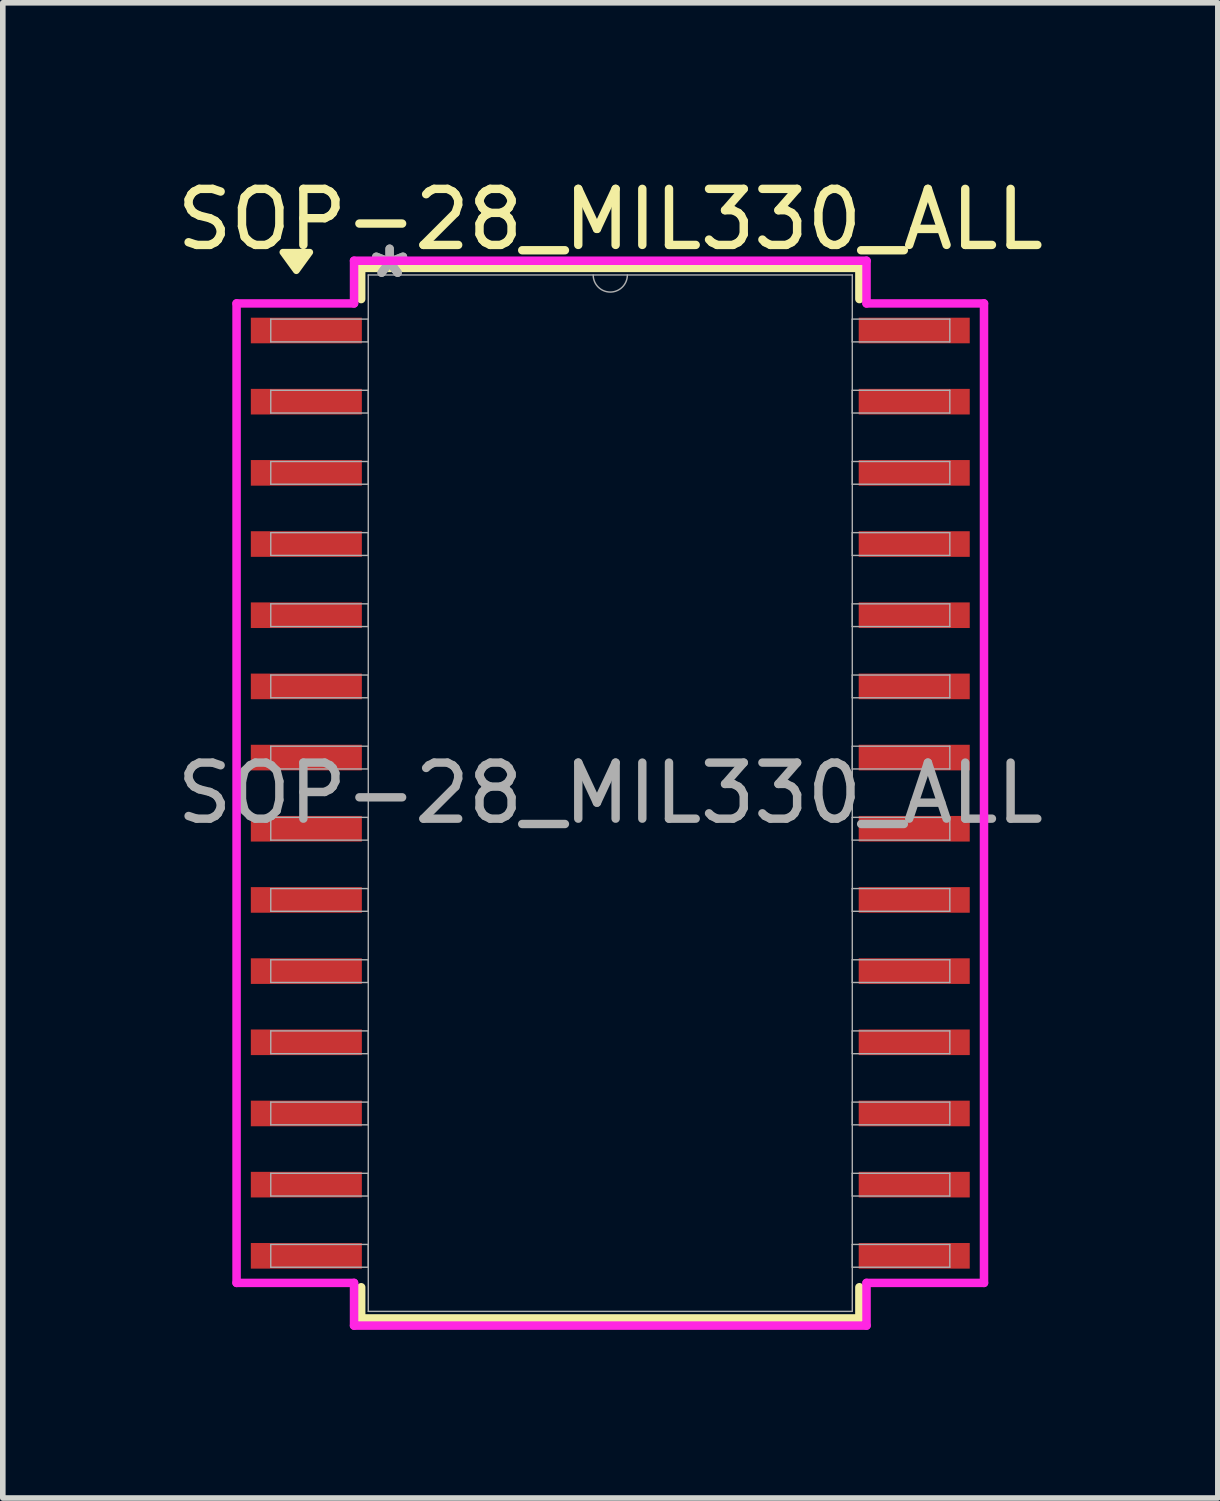
<source format=kicad_pcb>
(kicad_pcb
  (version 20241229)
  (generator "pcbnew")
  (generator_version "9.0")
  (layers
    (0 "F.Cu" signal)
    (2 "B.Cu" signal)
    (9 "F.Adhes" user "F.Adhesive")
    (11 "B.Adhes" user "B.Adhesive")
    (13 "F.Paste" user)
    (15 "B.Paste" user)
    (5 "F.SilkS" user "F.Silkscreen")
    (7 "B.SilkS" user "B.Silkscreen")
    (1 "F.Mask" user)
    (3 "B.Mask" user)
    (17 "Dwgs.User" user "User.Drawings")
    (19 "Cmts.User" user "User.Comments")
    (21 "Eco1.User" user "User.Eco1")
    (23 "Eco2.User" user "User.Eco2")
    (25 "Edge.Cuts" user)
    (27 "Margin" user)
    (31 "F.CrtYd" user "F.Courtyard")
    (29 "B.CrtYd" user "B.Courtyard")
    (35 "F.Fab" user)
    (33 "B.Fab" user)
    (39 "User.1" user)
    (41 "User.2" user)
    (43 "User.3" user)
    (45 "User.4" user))
  (footprint "SOP-28_MIL330_ALL"
    (layer "F.Cu")
    (at 7.839 11.102)
    (property "Reference" "SOP-28_MIL330_ALL" (at 0 -9.652 0) (unlocked yes) (layer "F.SilkS") (effects (font (size 1 1) (thickness 0.15)) (justify bottom)))
    (attr smd)
    (fp_line (start -4.445 -9.373) (end -4.445 -8.816) (stroke (width 0.152) (type solid)) (layer "F.SilkS"))
    (fp_line (start -4.445 8.816) (end -4.445 9.373) (stroke (width 0.152) (type solid)) (layer "F.SilkS"))
    (fp_line (start -4.445 9.373) (end 4.445 9.373) (stroke (width 0.152) (type solid)) (layer "F.SilkS"))
    (fp_line (start 4.445 -9.373) (end -4.445 -9.373) (stroke (width 0.152) (type solid)) (layer "F.SilkS"))
    (fp_line (start 4.445 -8.816) (end 4.445 -9.373) (stroke (width 0.152) (type solid)) (layer "F.SilkS"))
    (fp_line (start 4.445 9.373) (end 4.445 8.816) (stroke (width 0.152) (type solid)) (layer "F.SilkS"))
    (fp_poly (pts (xy -5.602 -9.322) (xy -5.842 -9.652) (xy -5.362 -9.652) (xy -5.602 -9.322)) (stroke (width 0.12) (type solid)) (fill yes) (layer "F.SilkS"))
    (fp_line (start -6.668 -8.738) (end -4.572 -8.738) (stroke (width 0.152) (type solid)) (layer "F.CrtYd"))
    (fp_line (start -6.668 8.738) (end -6.668 -8.738) (stroke (width 0.152) (type solid)) (layer "F.CrtYd"))
    (fp_line (start -6.668 8.738) (end -4.572 8.738) (stroke (width 0.152) (type solid)) (layer "F.CrtYd"))
    (fp_line (start -4.572 -9.5) (end 4.572 -9.5) (stroke (width 0.152) (type solid)) (layer "F.CrtYd"))
    (fp_line (start -4.572 -8.738) (end -4.572 -9.5) (stroke (width 0.152) (type solid)) (layer "F.CrtYd"))
    (fp_line (start -4.572 9.5) (end -4.572 8.738) (stroke (width 0.152) (type solid)) (layer "F.CrtYd"))
    (fp_line (start 4.572 -9.5) (end 4.572 -8.738) (stroke (width 0.152) (type solid)) (layer "F.CrtYd"))
    (fp_line (start 4.572 8.738) (end 4.572 9.5) (stroke (width 0.152) (type solid)) (layer "F.CrtYd"))
    (fp_line (start 4.572 9.5) (end -4.572 9.5) (stroke (width 0.152) (type solid)) (layer "F.CrtYd"))
    (fp_line (start 6.668 -8.738) (end 4.572 -8.738) (stroke (width 0.152) (type solid)) (layer "F.CrtYd"))
    (fp_line (start 6.668 -8.738) (end 6.668 8.738) (stroke (width 0.152) (type solid)) (layer "F.CrtYd"))
    (fp_line (start 6.668 8.738) (end 4.572 8.738) (stroke (width 0.152) (type solid)) (layer "F.CrtYd"))
    (fp_line (start -6.058 -8.458) (end -6.058 -8.052) (stroke (width 0.025) (type solid)) (layer "F.Fab"))
    (fp_line (start -6.058 -8.052) (end -4.318 -8.052) (stroke (width 0.025) (type solid)) (layer "F.Fab"))
    (fp_line (start -6.058 -7.188) (end -6.058 -6.782) (stroke (width 0.025) (type solid)) (layer "F.Fab"))
    (fp_line (start -6.058 -6.782) (end -4.318 -6.782) (stroke (width 0.025) (type solid)) (layer "F.Fab"))
    (fp_line (start -6.058 -5.918) (end -6.058 -5.512) (stroke (width 0.025) (type solid)) (layer "F.Fab"))
    (fp_line (start -6.058 -5.512) (end -4.318 -5.512) (stroke (width 0.025) (type solid)) (layer "F.Fab"))
    (fp_line (start -6.058 -4.648) (end -6.058 -4.242) (stroke (width 0.025) (type solid)) (layer "F.Fab"))
    (fp_line (start -6.058 -4.242) (end -4.318 -4.242) (stroke (width 0.025) (type solid)) (layer "F.Fab"))
    (fp_line (start -6.058 -3.378) (end -6.058 -2.972) (stroke (width 0.025) (type solid)) (layer "F.Fab"))
    (fp_line (start -6.058 -2.972) (end -4.318 -2.972) (stroke (width 0.025) (type solid)) (layer "F.Fab"))
    (fp_line (start -6.058 -2.108) (end -6.058 -1.702) (stroke (width 0.025) (type solid)) (layer "F.Fab"))
    (fp_line (start -6.058 -1.702) (end -4.318 -1.702) (stroke (width 0.025) (type solid)) (layer "F.Fab"))
    (fp_line (start -6.058 -0.838) (end -6.058 -0.432) (stroke (width 0.025) (type solid)) (layer "F.Fab"))
    (fp_line (start -6.058 -0.432) (end -4.318 -0.432) (stroke (width 0.025) (type solid)) (layer "F.Fab"))
    (fp_line (start -6.058 0.432) (end -6.058 0.838) (stroke (width 0.025) (type solid)) (layer "F.Fab"))
    (fp_line (start -6.058 0.838) (end -4.318 0.838) (stroke (width 0.025) (type solid)) (layer "F.Fab"))
    (fp_line (start -6.058 1.702) (end -6.058 2.108) (stroke (width 0.025) (type solid)) (layer "F.Fab"))
    (fp_line (start -6.058 2.108) (end -4.318 2.108) (stroke (width 0.025) (type solid)) (layer "F.Fab"))
    (fp_line (start -6.058 2.972) (end -6.058 3.378) (stroke (width 0.025) (type solid)) (layer "F.Fab"))
    (fp_line (start -6.058 3.378) (end -4.318 3.378) (stroke (width 0.025) (type solid)) (layer "F.Fab"))
    (fp_line (start -6.058 4.242) (end -6.058 4.648) (stroke (width 0.025) (type solid)) (layer "F.Fab"))
    (fp_line (start -6.058 4.648) (end -4.318 4.648) (stroke (width 0.025) (type solid)) (layer "F.Fab"))
    (fp_line (start -6.058 5.512) (end -6.058 5.918) (stroke (width 0.025) (type solid)) (layer "F.Fab"))
    (fp_line (start -6.058 5.918) (end -4.318 5.918) (stroke (width 0.025) (type solid)) (layer "F.Fab"))
    (fp_line (start -6.058 6.782) (end -6.058 7.188) (stroke (width 0.025) (type solid)) (layer "F.Fab"))
    (fp_line (start -6.058 7.188) (end -4.318 7.188) (stroke (width 0.025) (type solid)) (layer "F.Fab"))
    (fp_line (start -6.058 8.052) (end -6.058 8.458) (stroke (width 0.025) (type solid)) (layer "F.Fab"))
    (fp_line (start -6.058 8.458) (end -4.318 8.458) (stroke (width 0.025) (type solid)) (layer "F.Fab"))
    (fp_line (start -4.318 -9.246) (end -4.318 9.246) (stroke (width 0.025) (type solid)) (layer "F.Fab"))
    (fp_line (start -4.318 -8.458) (end -6.058 -8.458) (stroke (width 0.025) (type solid)) (layer "F.Fab"))
    (fp_line (start -4.318 -8.052) (end -4.318 -8.458) (stroke (width 0.025) (type solid)) (layer "F.Fab"))
    (fp_line (start -4.318 -7.188) (end -6.058 -7.188) (stroke (width 0.025) (type solid)) (layer "F.Fab"))
    (fp_line (start -4.318 -6.782) (end -4.318 -7.188) (stroke (width 0.025) (type solid)) (layer "F.Fab"))
    (fp_line (start -4.318 -5.918) (end -6.058 -5.918) (stroke (width 0.025) (type solid)) (layer "F.Fab"))
    (fp_line (start -4.318 -5.512) (end -4.318 -5.918) (stroke (width 0.025) (type solid)) (layer "F.Fab"))
    (fp_line (start -4.318 -4.648) (end -6.058 -4.648) (stroke (width 0.025) (type solid)) (layer "F.Fab"))
    (fp_line (start -4.318 -4.242) (end -4.318 -4.648) (stroke (width 0.025) (type solid)) (layer "F.Fab"))
    (fp_line (start -4.318 -3.378) (end -6.058 -3.378) (stroke (width 0.025) (type solid)) (layer "F.Fab"))
    (fp_line (start -4.318 -2.972) (end -4.318 -3.378) (stroke (width 0.025) (type solid)) (layer "F.Fab"))
    (fp_line (start -4.318 -2.108) (end -6.058 -2.108) (stroke (width 0.025) (type solid)) (layer "F.Fab"))
    (fp_line (start -4.318 -1.702) (end -4.318 -2.108) (stroke (width 0.025) (type solid)) (layer "F.Fab"))
    (fp_line (start -4.318 -0.838) (end -6.058 -0.838) (stroke (width 0.025) (type solid)) (layer "F.Fab"))
    (fp_line (start -4.318 -0.432) (end -4.318 -0.838) (stroke (width 0.025) (type solid)) (layer "F.Fab"))
    (fp_line (start -4.318 0.432) (end -6.058 0.432) (stroke (width 0.025) (type solid)) (layer "F.Fab"))
    (fp_line (start -4.318 0.838) (end -4.318 0.432) (stroke (width 0.025) (type solid)) (layer "F.Fab"))
    (fp_line (start -4.318 1.702) (end -6.058 1.702) (stroke (width 0.025) (type solid)) (layer "F.Fab"))
    (fp_line (start -4.318 2.108) (end -4.318 1.702) (stroke (width 0.025) (type solid)) (layer "F.Fab"))
    (fp_line (start -4.318 2.972) (end -6.058 2.972) (stroke (width 0.025) (type solid)) (layer "F.Fab"))
    (fp_line (start -4.318 3.378) (end -4.318 2.972) (stroke (width 0.025) (type solid)) (layer "F.Fab"))
    (fp_line (start -4.318 4.242) (end -6.058 4.242) (stroke (width 0.025) (type solid)) (layer "F.Fab"))
    (fp_line (start -4.318 4.648) (end -4.318 4.242) (stroke (width 0.025) (type solid)) (layer "F.Fab"))
    (fp_line (start -4.318 5.512) (end -6.058 5.512) (stroke (width 0.025) (type solid)) (layer "F.Fab"))
    (fp_line (start -4.318 5.918) (end -4.318 5.512) (stroke (width 0.025) (type solid)) (layer "F.Fab"))
    (fp_line (start -4.318 6.782) (end -6.058 6.782) (stroke (width 0.025) (type solid)) (layer "F.Fab"))
    (fp_line (start -4.318 7.188) (end -4.318 6.782) (stroke (width 0.025) (type solid)) (layer "F.Fab"))
    (fp_line (start -4.318 8.052) (end -6.058 8.052) (stroke (width 0.025) (type solid)) (layer "F.Fab"))
    (fp_line (start -4.318 8.458) (end -4.318 8.052) (stroke (width 0.025) (type solid)) (layer "F.Fab"))
    (fp_line (start -4.318 9.246) (end 4.318 9.246) (stroke (width 0.025) (type solid)) (layer "F.Fab"))
    (fp_line (start 4.318 -9.246) (end -4.318 -9.246) (stroke (width 0.025) (type solid)) (layer "F.Fab"))
    (fp_line (start 4.318 -8.458) (end 4.318 -8.052) (stroke (width 0.025) (type solid)) (layer "F.Fab"))
    (fp_line (start 4.318 -8.052) (end 6.058 -8.052) (stroke (width 0.025) (type solid)) (layer "F.Fab"))
    (fp_line (start 4.318 -7.188) (end 4.318 -6.782) (stroke (width 0.025) (type solid)) (layer "F.Fab"))
    (fp_line (start 4.318 -6.782) (end 6.058 -6.782) (stroke (width 0.025) (type solid)) (layer "F.Fab"))
    (fp_line (start 4.318 -5.918) (end 4.318 -5.512) (stroke (width 0.025) (type solid)) (layer "F.Fab"))
    (fp_line (start 4.318 -5.512) (end 6.058 -5.512) (stroke (width 0.025) (type solid)) (layer "F.Fab"))
    (fp_line (start 4.318 -4.648) (end 4.318 -4.242) (stroke (width 0.025) (type solid)) (layer "F.Fab"))
    (fp_line (start 4.318 -4.242) (end 6.058 -4.242) (stroke (width 0.025) (type solid)) (layer "F.Fab"))
    (fp_line (start 4.318 -3.378) (end 4.318 -2.972) (stroke (width 0.025) (type solid)) (layer "F.Fab"))
    (fp_line (start 4.318 -2.972) (end 6.058 -2.972) (stroke (width 0.025) (type solid)) (layer "F.Fab"))
    (fp_line (start 4.318 -2.108) (end 4.318 -1.702) (stroke (width 0.025) (type solid)) (layer "F.Fab"))
    (fp_line (start 4.318 -1.702) (end 6.058 -1.702) (stroke (width 0.025) (type solid)) (layer "F.Fab"))
    (fp_line (start 4.318 -0.838) (end 4.318 -0.432) (stroke (width 0.025) (type solid)) (layer "F.Fab"))
    (fp_line (start 4.318 -0.432) (end 6.058 -0.432) (stroke (width 0.025) (type solid)) (layer "F.Fab"))
    (fp_line (start 4.318 0.432) (end 4.318 0.838) (stroke (width 0.025) (type solid)) (layer "F.Fab"))
    (fp_line (start 4.318 0.838) (end 6.058 0.838) (stroke (width 0.025) (type solid)) (layer "F.Fab"))
    (fp_line (start 4.318 1.702) (end 4.318 2.108) (stroke (width 0.025) (type solid)) (layer "F.Fab"))
    (fp_line (start 4.318 2.108) (end 6.058 2.108) (stroke (width 0.025) (type solid)) (layer "F.Fab"))
    (fp_line (start 4.318 2.972) (end 4.318 3.378) (stroke (width 0.025) (type solid)) (layer "F.Fab"))
    (fp_line (start 4.318 3.378) (end 6.058 3.378) (stroke (width 0.025) (type solid)) (layer "F.Fab"))
    (fp_line (start 4.318 4.242) (end 4.318 4.648) (stroke (width 0.025) (type solid)) (layer "F.Fab"))
    (fp_line (start 4.318 4.648) (end 6.058 4.648) (stroke (width 0.025) (type solid)) (layer "F.Fab"))
    (fp_line (start 4.318 5.512) (end 4.318 5.918) (stroke (width 0.025) (type solid)) (layer "F.Fab"))
    (fp_line (start 4.318 5.918) (end 6.058 5.918) (stroke (width 0.025) (type solid)) (layer "F.Fab"))
    (fp_line (start 4.318 6.782) (end 4.318 7.188) (stroke (width 0.025) (type solid)) (layer "F.Fab"))
    (fp_line (start 4.318 7.188) (end 6.058 7.188) (stroke (width 0.025) (type solid)) (layer "F.Fab"))
    (fp_line (start 4.318 8.052) (end 4.318 8.458) (stroke (width 0.025) (type solid)) (layer "F.Fab"))
    (fp_line (start 4.318 8.458) (end 6.058 8.458) (stroke (width 0.025) (type solid)) (layer "F.Fab"))
    (fp_line (start 4.318 9.246) (end 4.318 -9.246) (stroke (width 0.025) (type solid)) (layer "F.Fab"))
    (fp_line (start 6.058 -8.458) (end 4.318 -8.458) (stroke (width 0.025) (type solid)) (layer "F.Fab"))
    (fp_line (start 6.058 -8.052) (end 6.058 -8.458) (stroke (width 0.025) (type solid)) (layer "F.Fab"))
    (fp_line (start 6.058 -7.188) (end 4.318 -7.188) (stroke (width 0.025) (type solid)) (layer "F.Fab"))
    (fp_line (start 6.058 -6.782) (end 6.058 -7.188) (stroke (width 0.025) (type solid)) (layer "F.Fab"))
    (fp_line (start 6.058 -5.918) (end 4.318 -5.918) (stroke (width 0.025) (type solid)) (layer "F.Fab"))
    (fp_line (start 6.058 -5.512) (end 6.058 -5.918) (stroke (width 0.025) (type solid)) (layer "F.Fab"))
    (fp_line (start 6.058 -4.648) (end 4.318 -4.648) (stroke (width 0.025) (type solid)) (layer "F.Fab"))
    (fp_line (start 6.058 -4.242) (end 6.058 -4.648) (stroke (width 0.025) (type solid)) (layer "F.Fab"))
    (fp_line (start 6.058 -3.378) (end 4.318 -3.378) (stroke (width 0.025) (type solid)) (layer "F.Fab"))
    (fp_line (start 6.058 -2.972) (end 6.058 -3.378) (stroke (width 0.025) (type solid)) (layer "F.Fab"))
    (fp_line (start 6.058 -2.108) (end 4.318 -2.108) (stroke (width 0.025) (type solid)) (layer "F.Fab"))
    (fp_line (start 6.058 -1.702) (end 6.058 -2.108) (stroke (width 0.025) (type solid)) (layer "F.Fab"))
    (fp_line (start 6.058 -0.838) (end 4.318 -0.838) (stroke (width 0.025) (type solid)) (layer "F.Fab"))
    (fp_line (start 6.058 -0.432) (end 6.058 -0.838) (stroke (width 0.025) (type solid)) (layer "F.Fab"))
    (fp_line (start 6.058 0.432) (end 4.318 0.432) (stroke (width 0.025) (type solid)) (layer "F.Fab"))
    (fp_line (start 6.058 0.838) (end 6.058 0.432) (stroke (width 0.025) (type solid)) (layer "F.Fab"))
    (fp_line (start 6.058 1.702) (end 4.318 1.702) (stroke (width 0.025) (type solid)) (layer "F.Fab"))
    (fp_line (start 6.058 2.108) (end 6.058 1.702) (stroke (width 0.025) (type solid)) (layer "F.Fab"))
    (fp_line (start 6.058 2.972) (end 4.318 2.972) (stroke (width 0.025) (type solid)) (layer "F.Fab"))
    (fp_line (start 6.058 3.378) (end 6.058 2.972) (stroke (width 0.025) (type solid)) (layer "F.Fab"))
    (fp_line (start 6.058 4.242) (end 4.318 4.242) (stroke (width 0.025) (type solid)) (layer "F.Fab"))
    (fp_line (start 6.058 4.648) (end 6.058 4.242) (stroke (width 0.025) (type solid)) (layer "F.Fab"))
    (fp_line (start 6.058 5.512) (end 4.318 5.512) (stroke (width 0.025) (type solid)) (layer "F.Fab"))
    (fp_line (start 6.058 5.918) (end 6.058 5.512) (stroke (width 0.025) (type solid)) (layer "F.Fab"))
    (fp_line (start 6.058 6.782) (end 4.318 6.782) (stroke (width 0.025) (type solid)) (layer "F.Fab"))
    (fp_line (start 6.058 7.188) (end 6.058 6.782) (stroke (width 0.025) (type solid)) (layer "F.Fab"))
    (fp_line (start 6.058 8.052) (end 4.318 8.052) (stroke (width 0.025) (type solid)) (layer "F.Fab"))
    (fp_line (start 6.058 8.458) (end 6.058 8.052) (stroke (width 0.025) (type solid)) (layer "F.Fab"))
    (fp_arc (start 0.3048 -9.2456) (mid 0 -8.9408) (end -0.3048 -9.2456) (stroke (width 0.0254) (type solid)) (layer "F.Fab"))
    (fp_text user "*" (at -3.937 -9.169 0) (layer "F.Fab") (effects (font (size 1 1) (thickness 0.15))))
    (fp_text user "*" (at -3.937 -9.169 0) (unlocked yes) (layer "F.Fab") (effects (font (size 1 1) (thickness 0.15))))
    (fp_text user "${REFERENCE}" (at 0 0 0) (unlocked yes) (layer "F.Fab") (effects (font (size 1 1) (thickness 0.15))))
    (pad "1" smd rect (at -5.423 -8.255) (size 1.981 0.457) (layers "F.Cu" "F.Mask" "F.Paste"))
    (pad "2" smd rect (at -5.423 -6.985) (size 1.981 0.457) (layers "F.Cu" "F.Mask" "F.Paste"))
    (pad "3" smd rect (at -5.423 -5.715) (size 1.981 0.457) (layers "F.Cu" "F.Mask" "F.Paste"))
    (pad "4" smd rect (at -5.423 -4.445) (size 1.981 0.457) (layers "F.Cu" "F.Mask" "F.Paste"))
    (pad "5" smd rect (at -5.423 -3.175) (size 1.981 0.457) (layers "F.Cu" "F.Mask" "F.Paste"))
    (pad "6" smd rect (at -5.423 -1.905) (size 1.981 0.457) (layers "F.Cu" "F.Mask" "F.Paste"))
    (pad "7" smd rect (at -5.423 -0.635) (size 1.981 0.457) (layers "F.Cu" "F.Mask" "F.Paste"))
    (pad "8" smd rect (at -5.423 0.635) (size 1.981 0.457) (layers "F.Cu" "F.Mask" "F.Paste"))
    (pad "9" smd rect (at -5.423 1.905) (size 1.981 0.457) (layers "F.Cu" "F.Mask" "F.Paste"))
    (pad "10" smd rect (at -5.423 3.175) (size 1.981 0.457) (layers "F.Cu" "F.Mask" "F.Paste"))
    (pad "11" smd rect (at -5.423 4.445) (size 1.981 0.457) (layers "F.Cu" "F.Mask" "F.Paste"))
    (pad "12" smd rect (at -5.423 5.715) (size 1.981 0.457) (layers "F.Cu" "F.Mask" "F.Paste"))
    (pad "13" smd rect (at -5.423 6.985) (size 1.981 0.457) (layers "F.Cu" "F.Mask" "F.Paste"))
    (pad "14" smd rect (at -5.423 8.255) (size 1.981 0.457) (layers "F.Cu" "F.Mask" "F.Paste"))
    (pad "15" smd rect (at 5.423 8.255) (size 1.981 0.457) (layers "F.Cu" "F.Mask" "F.Paste"))
    (pad "16" smd rect (at 5.423 6.985) (size 1.981 0.457) (layers "F.Cu" "F.Mask" "F.Paste"))
    (pad "17" smd rect (at 5.423 5.715) (size 1.981 0.457) (layers "F.Cu" "F.Mask" "F.Paste"))
    (pad "18" smd rect (at 5.423 4.445) (size 1.981 0.457) (layers "F.Cu" "F.Mask" "F.Paste"))
    (pad "19" smd rect (at 5.423 3.175) (size 1.981 0.457) (layers "F.Cu" "F.Mask" "F.Paste"))
    (pad "20" smd rect (at 5.423 1.905) (size 1.981 0.457) (layers "F.Cu" "F.Mask" "F.Paste"))
    (pad "21" smd rect (at 5.423 0.635) (size 1.981 0.457) (layers "F.Cu" "F.Mask" "F.Paste"))
    (pad "22" smd rect (at 5.423 -0.635) (size 1.981 0.457) (layers "F.Cu" "F.Mask" "F.Paste"))
    (pad "23" smd rect (at 5.423 -1.905) (size 1.981 0.457) (layers "F.Cu" "F.Mask" "F.Paste"))
    (pad "24" smd rect (at 5.423 -3.175) (size 1.981 0.457) (layers "F.Cu" "F.Mask" "F.Paste"))
    (pad "25" smd rect (at 5.423 -4.445) (size 1.981 0.457) (layers "F.Cu" "F.Mask" "F.Paste"))
    (pad "26" smd rect (at 5.423 -5.715) (size 1.981 0.457) (layers "F.Cu" "F.Mask" "F.Paste"))
    (pad "27" smd rect (at 5.423 -6.985) (size 1.981 0.457) (layers "F.Cu" "F.Mask" "F.Paste"))
    (pad "28" smd rect (at 5.423 -8.255) (size 1.981 0.457) (layers "F.Cu" "F.Mask" "F.Paste")))
  (gr_rect
    (start -3 -3)
    (end 18.679 23.678)
    (stroke (width 0.1) (type default))
    (fill no)
    (layer "Edge.Cuts")))
</source>
